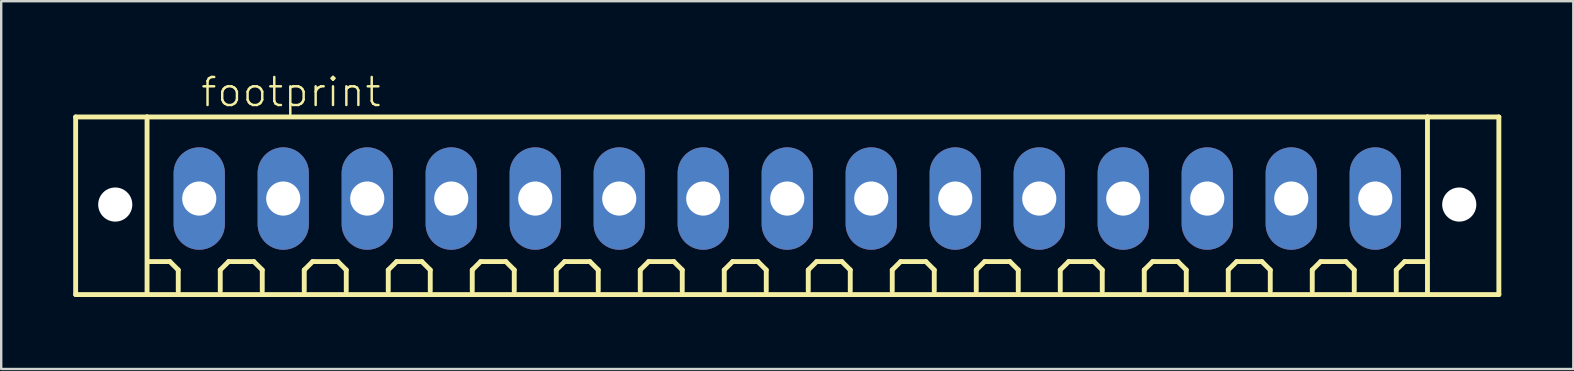
<source format=kicad_pcb>
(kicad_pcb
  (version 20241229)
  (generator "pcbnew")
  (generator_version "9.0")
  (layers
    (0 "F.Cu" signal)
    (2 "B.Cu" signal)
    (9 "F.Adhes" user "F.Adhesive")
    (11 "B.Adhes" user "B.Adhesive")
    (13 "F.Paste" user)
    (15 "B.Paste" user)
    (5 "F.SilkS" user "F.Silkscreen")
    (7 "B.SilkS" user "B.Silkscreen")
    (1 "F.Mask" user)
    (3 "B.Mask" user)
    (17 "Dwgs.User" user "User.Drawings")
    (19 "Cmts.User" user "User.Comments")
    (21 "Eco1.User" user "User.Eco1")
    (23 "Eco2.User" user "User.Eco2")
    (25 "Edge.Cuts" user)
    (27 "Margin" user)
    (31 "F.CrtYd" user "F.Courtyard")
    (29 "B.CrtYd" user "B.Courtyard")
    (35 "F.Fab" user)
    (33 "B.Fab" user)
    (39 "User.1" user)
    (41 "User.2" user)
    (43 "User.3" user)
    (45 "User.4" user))
  (footprint "footprint"
    (layer "F.Cu")
    (at 29.752 5.223)
    (property "Reference" "footprint" (at -24.5 -3.75 0) (layer "F.SilkS") (effects (font (size 1.168 1.168) (thickness 0.102)) (justify left bottom)))
    (fp_line (start -29.65 -3.4) (end -26.675 -3.4) (stroke (width 0.203) (type solid)) (layer "F.SilkS"))
    (fp_line (start -29.65 4) (end -29.65 -3.4) (stroke (width 0.203) (type solid)) (layer "F.SilkS"))
    (fp_line (start -26.675 -3.4) (end 26.675 -3.4) (stroke (width 0.203) (type solid)) (layer "F.SilkS"))
    (fp_line (start -26.675 4) (end -29.65 4) (stroke (width 0.203) (type solid)) (layer "F.SilkS"))
    (fp_line (start -26.675 4) (end -26.675 -3.4) (stroke (width 0.203) (type solid)) (layer "F.SilkS"))
    (fp_line (start -25.725 2.625) (end -26.6 2.625) (stroke (width 0.203) (type solid)) (layer "F.SilkS"))
    (fp_line (start -25.375 2.975) (end -25.725 2.625) (stroke (width 0.203) (type solid)) (layer "F.SilkS"))
    (fp_line (start -25.375 3.85) (end -25.375 2.975) (stroke (width 0.203) (type solid)) (layer "F.SilkS"))
    (fp_line (start -23.625 2.975) (end -23.275 2.625) (stroke (width 0.203) (type solid)) (layer "F.SilkS"))
    (fp_line (start -23.625 3.85) (end -23.625 2.975) (stroke (width 0.203) (type solid)) (layer "F.SilkS"))
    (fp_line (start -23.275 2.625) (end -22.225 2.625) (stroke (width 0.203) (type solid)) (layer "F.SilkS"))
    (fp_line (start -22.225 2.625) (end -21.875 2.975) (stroke (width 0.203) (type solid)) (layer "F.SilkS"))
    (fp_line (start -21.875 2.975) (end -21.875 3.85) (stroke (width 0.203) (type solid)) (layer "F.SilkS"))
    (fp_line (start -20.125 2.975) (end -19.775 2.625) (stroke (width 0.203) (type solid)) (layer "F.SilkS"))
    (fp_line (start -20.125 3.85) (end -20.125 2.975) (stroke (width 0.203) (type solid)) (layer "F.SilkS"))
    (fp_line (start -19.775 2.625) (end -18.725 2.625) (stroke (width 0.203) (type solid)) (layer "F.SilkS"))
    (fp_line (start -18.725 2.625) (end -18.375 2.975) (stroke (width 0.203) (type solid)) (layer "F.SilkS"))
    (fp_line (start -18.375 2.975) (end -18.375 3.85) (stroke (width 0.203) (type solid)) (layer "F.SilkS"))
    (fp_line (start -16.625 2.975) (end -16.275 2.625) (stroke (width 0.203) (type solid)) (layer "F.SilkS"))
    (fp_line (start -16.625 3.85) (end -16.625 2.975) (stroke (width 0.203) (type solid)) (layer "F.SilkS"))
    (fp_line (start -16.275 2.625) (end -15.225 2.625) (stroke (width 0.203) (type solid)) (layer "F.SilkS"))
    (fp_line (start -15.225 2.625) (end -14.875 2.975) (stroke (width 0.203) (type solid)) (layer "F.SilkS"))
    (fp_line (start -14.875 2.975) (end -14.875 3.85) (stroke (width 0.203) (type solid)) (layer "F.SilkS"))
    (fp_line (start -13.125 2.975) (end -12.775 2.625) (stroke (width 0.203) (type solid)) (layer "F.SilkS"))
    (fp_line (start -13.125 3.85) (end -13.125 2.975) (stroke (width 0.203) (type solid)) (layer "F.SilkS"))
    (fp_line (start -12.775 2.625) (end -11.725 2.625) (stroke (width 0.203) (type solid)) (layer "F.SilkS"))
    (fp_line (start -11.725 2.625) (end -11.375 2.975) (stroke (width 0.203) (type solid)) (layer "F.SilkS"))
    (fp_line (start -11.375 2.975) (end -11.375 3.85) (stroke (width 0.203) (type solid)) (layer "F.SilkS"))
    (fp_line (start -9.625 2.975) (end -9.275 2.625) (stroke (width 0.203) (type solid)) (layer "F.SilkS"))
    (fp_line (start -9.625 3.85) (end -9.625 2.975) (stroke (width 0.203) (type solid)) (layer "F.SilkS"))
    (fp_line (start -9.275 2.625) (end -8.225 2.625) (stroke (width 0.203) (type solid)) (layer "F.SilkS"))
    (fp_line (start -8.225 2.625) (end -7.875 2.975) (stroke (width 0.203) (type solid)) (layer "F.SilkS"))
    (fp_line (start -7.875 2.975) (end -7.875 3.85) (stroke (width 0.203) (type solid)) (layer "F.SilkS"))
    (fp_line (start -6.125 2.975) (end -5.775 2.625) (stroke (width 0.203) (type solid)) (layer "F.SilkS"))
    (fp_line (start -6.125 3.85) (end -6.125 2.975) (stroke (width 0.203) (type solid)) (layer "F.SilkS"))
    (fp_line (start -5.775 2.625) (end -4.725 2.625) (stroke (width 0.203) (type solid)) (layer "F.SilkS"))
    (fp_line (start -4.725 2.625) (end -4.375 2.975) (stroke (width 0.203) (type solid)) (layer "F.SilkS"))
    (fp_line (start -4.375 2.975) (end -4.375 3.85) (stroke (width 0.203) (type solid)) (layer "F.SilkS"))
    (fp_line (start -2.625 2.975) (end -2.275 2.625) (stroke (width 0.203) (type solid)) (layer "F.SilkS"))
    (fp_line (start -2.625 3.85) (end -2.625 2.975) (stroke (width 0.203) (type solid)) (layer "F.SilkS"))
    (fp_line (start -2.275 2.625) (end -1.225 2.625) (stroke (width 0.203) (type solid)) (layer "F.SilkS"))
    (fp_line (start -1.225 2.625) (end -0.875 2.975) (stroke (width 0.203) (type solid)) (layer "F.SilkS"))
    (fp_line (start -0.875 2.975) (end -0.875 3.85) (stroke (width 0.203) (type solid)) (layer "F.SilkS"))
    (fp_line (start 0.875 2.975) (end 1.225 2.625) (stroke (width 0.203) (type solid)) (layer "F.SilkS"))
    (fp_line (start 0.875 3.85) (end 0.875 2.975) (stroke (width 0.203) (type solid)) (layer "F.SilkS"))
    (fp_line (start 1.225 2.625) (end 2.275 2.625) (stroke (width 0.203) (type solid)) (layer "F.SilkS"))
    (fp_line (start 2.275 2.625) (end 2.625 2.975) (stroke (width 0.203) (type solid)) (layer "F.SilkS"))
    (fp_line (start 2.625 2.975) (end 2.625 3.85) (stroke (width 0.203) (type solid)) (layer "F.SilkS"))
    (fp_line (start 4.375 2.975) (end 4.725 2.625) (stroke (width 0.203) (type solid)) (layer "F.SilkS"))
    (fp_line (start 4.375 3.85) (end 4.375 2.975) (stroke (width 0.203) (type solid)) (layer "F.SilkS"))
    (fp_line (start 4.725 2.625) (end 5.775 2.625) (stroke (width 0.203) (type solid)) (layer "F.SilkS"))
    (fp_line (start 5.775 2.625) (end 6.125 2.975) (stroke (width 0.203) (type solid)) (layer "F.SilkS"))
    (fp_line (start 6.125 2.975) (end 6.125 3.85) (stroke (width 0.203) (type solid)) (layer "F.SilkS"))
    (fp_line (start 7.875 2.975) (end 8.225 2.625) (stroke (width 0.203) (type solid)) (layer "F.SilkS"))
    (fp_line (start 7.875 3.85) (end 7.875 2.975) (stroke (width 0.203) (type solid)) (layer "F.SilkS"))
    (fp_line (start 8.225 2.625) (end 9.275 2.625) (stroke (width 0.203) (type solid)) (layer "F.SilkS"))
    (fp_line (start 9.275 2.625) (end 9.625 2.975) (stroke (width 0.203) (type solid)) (layer "F.SilkS"))
    (fp_line (start 9.625 2.975) (end 9.625 3.85) (stroke (width 0.203) (type solid)) (layer "F.SilkS"))
    (fp_line (start 11.375 2.975) (end 11.725 2.625) (stroke (width 0.203) (type solid)) (layer "F.SilkS"))
    (fp_line (start 11.375 3.85) (end 11.375 2.975) (stroke (width 0.203) (type solid)) (layer "F.SilkS"))
    (fp_line (start 11.725 2.625) (end 12.775 2.625) (stroke (width 0.203) (type solid)) (layer "F.SilkS"))
    (fp_line (start 12.775 2.625) (end 13.125 2.975) (stroke (width 0.203) (type solid)) (layer "F.SilkS"))
    (fp_line (start 13.125 2.975) (end 13.125 3.85) (stroke (width 0.203) (type solid)) (layer "F.SilkS"))
    (fp_line (start 14.875 2.975) (end 15.225 2.625) (stroke (width 0.203) (type solid)) (layer "F.SilkS"))
    (fp_line (start 14.875 3.85) (end 14.875 2.975) (stroke (width 0.203) (type solid)) (layer "F.SilkS"))
    (fp_line (start 15.225 2.625) (end 16.275 2.625) (stroke (width 0.203) (type solid)) (layer "F.SilkS"))
    (fp_line (start 16.275 2.625) (end 16.625 2.975) (stroke (width 0.203) (type solid)) (layer "F.SilkS"))
    (fp_line (start 16.625 2.975) (end 16.625 3.85) (stroke (width 0.203) (type solid)) (layer "F.SilkS"))
    (fp_line (start 18.375 2.975) (end 18.725 2.625) (stroke (width 0.203) (type solid)) (layer "F.SilkS"))
    (fp_line (start 18.375 3.85) (end 18.375 2.975) (stroke (width 0.203) (type solid)) (layer "F.SilkS"))
    (fp_line (start 18.725 2.625) (end 19.775 2.625) (stroke (width 0.203) (type solid)) (layer "F.SilkS"))
    (fp_line (start 19.775 2.625) (end 20.125 2.975) (stroke (width 0.203) (type solid)) (layer "F.SilkS"))
    (fp_line (start 20.125 2.975) (end 20.125 3.85) (stroke (width 0.203) (type solid)) (layer "F.SilkS"))
    (fp_line (start 21.875 2.975) (end 22.225 2.625) (stroke (width 0.203) (type solid)) (layer "F.SilkS"))
    (fp_line (start 21.875 3.85) (end 21.875 2.975) (stroke (width 0.203) (type solid)) (layer "F.SilkS"))
    (fp_line (start 22.225 2.625) (end 23.275 2.625) (stroke (width 0.203) (type solid)) (layer "F.SilkS"))
    (fp_line (start 23.275 2.625) (end 23.625 2.975) (stroke (width 0.203) (type solid)) (layer "F.SilkS"))
    (fp_line (start 23.625 2.975) (end 23.625 3.85) (stroke (width 0.203) (type solid)) (layer "F.SilkS"))
    (fp_line (start 25.375 2.975) (end 25.725 2.625) (stroke (width 0.203) (type solid)) (layer "F.SilkS"))
    (fp_line (start 25.375 3.85) (end 25.375 2.975) (stroke (width 0.203) (type solid)) (layer "F.SilkS"))
    (fp_line (start 25.725 2.625) (end 26.6 2.625) (stroke (width 0.203) (type solid)) (layer "F.SilkS"))
    (fp_line (start 26.675 -3.4) (end 26.675 4) (stroke (width 0.203) (type solid)) (layer "F.SilkS"))
    (fp_line (start 26.675 -3.4) (end 29.65 -3.4) (stroke (width 0.203) (type solid)) (layer "F.SilkS"))
    (fp_line (start 26.675 4) (end -26.675 4) (stroke (width 0.203) (type solid)) (layer "F.SilkS"))
    (fp_line (start 29.65 -3.4) (end 29.65 4) (stroke (width 0.203) (type solid)) (layer "F.SilkS"))
    (fp_line (start 29.65 4) (end 26.675 4) (stroke (width 0.203) (type solid)) (layer "F.SilkS"))
    (pad "" np_thru_hole circle (at -28 0.25) (size 1.422 1.422) (drill 1.422) (layers "*.Cu" "*.Mask"))
    (pad "" np_thru_hole circle (at 28 0.25) (size 1.422 1.422) (drill 1.422) (layers "*.Cu" "*.Mask"))
    (pad "1" thru_hole oval (at -24.5 0 90) (size 4.267 2.134) (drill 1.422) (layers "*.Cu" "*.Mask"))
    (pad "2" thru_hole oval (at -21 0 90) (size 4.267 2.134) (drill 1.422) (layers "*.Cu" "*.Mask"))
    (pad "3" thru_hole oval (at -17.5 0 90) (size 4.267 2.134) (drill 1.422) (layers "*.Cu" "*.Mask"))
    (pad "4" thru_hole oval (at -14 0 90) (size 4.267 2.134) (drill 1.422) (layers "*.Cu" "*.Mask"))
    (pad "5" thru_hole oval (at -10.5 0 90) (size 4.267 2.134) (drill 1.422) (layers "*.Cu" "*.Mask"))
    (pad "6" thru_hole oval (at -7 0 90) (size 4.267 2.134) (drill 1.422) (layers "*.Cu" "*.Mask"))
    (pad "7" thru_hole oval (at -3.5 0 90) (size 4.267 2.134) (drill 1.422) (layers "*.Cu" "*.Mask"))
    (pad "8" thru_hole oval (at 0 0 90) (size 4.267 2.134) (drill 1.422) (layers "*.Cu" "*.Mask"))
    (pad "9" thru_hole oval (at 3.5 0 90) (size 4.267 2.134) (drill 1.422) (layers "*.Cu" "*.Mask"))
    (pad "10" thru_hole oval (at 7 0 90) (size 4.267 2.134) (drill 1.422) (layers "*.Cu" "*.Mask"))
    (pad "11" thru_hole oval (at 10.5 0 90) (size 4.267 2.134) (drill 1.422) (layers "*.Cu" "*.Mask"))
    (pad "12" thru_hole oval (at 14 0 90) (size 4.267 2.134) (drill 1.422) (layers "*.Cu" "*.Mask"))
    (pad "13" thru_hole oval (at 17.5 0 90) (size 4.267 2.134) (drill 1.422) (layers "*.Cu" "*.Mask"))
    (pad "14" thru_hole oval (at 21 0 90) (size 4.267 2.134) (drill 1.422) (layers "*.Cu" "*.Mask"))
    (pad "15" thru_hole oval (at 24.5 0 90) (size 4.267 2.134) (drill 1.422) (layers "*.Cu" "*.Mask")))
  (gr_rect
    (start -3 -3)
    (end 62.503 12.325)
    (stroke (width 0.1) (type default))
    (fill no)
    (layer "Edge.Cuts")))
</source>
